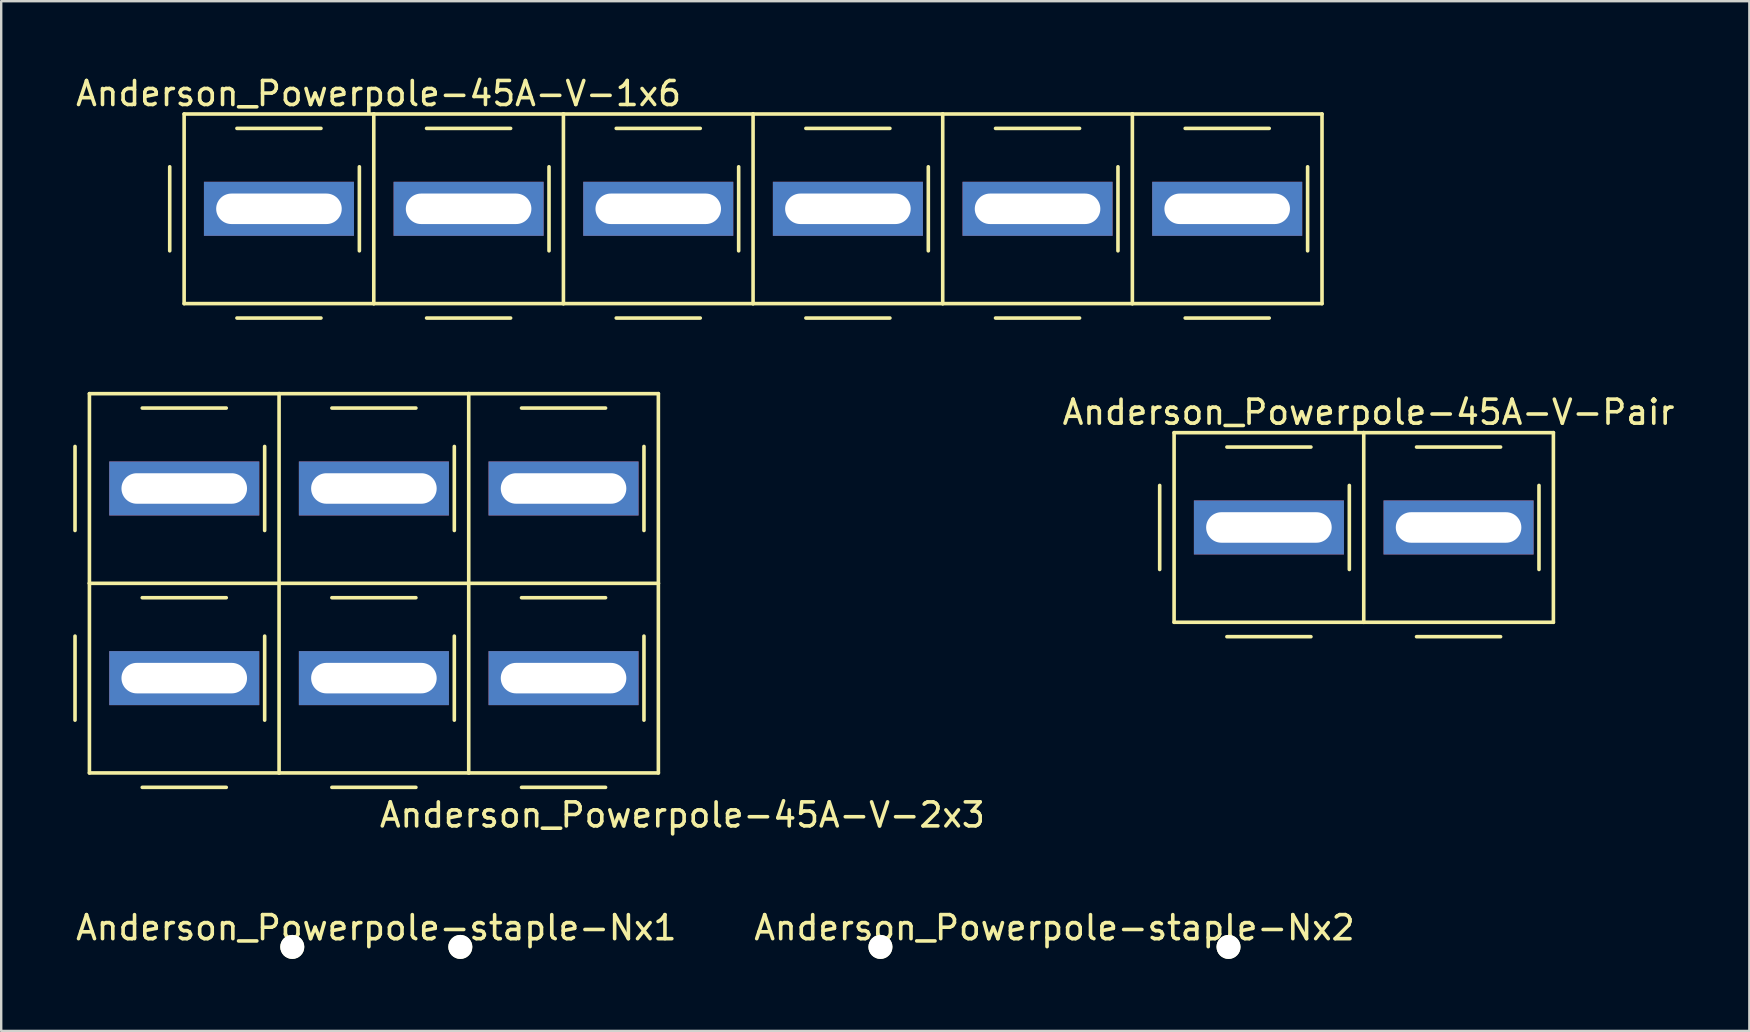
<source format=kicad_pcb>
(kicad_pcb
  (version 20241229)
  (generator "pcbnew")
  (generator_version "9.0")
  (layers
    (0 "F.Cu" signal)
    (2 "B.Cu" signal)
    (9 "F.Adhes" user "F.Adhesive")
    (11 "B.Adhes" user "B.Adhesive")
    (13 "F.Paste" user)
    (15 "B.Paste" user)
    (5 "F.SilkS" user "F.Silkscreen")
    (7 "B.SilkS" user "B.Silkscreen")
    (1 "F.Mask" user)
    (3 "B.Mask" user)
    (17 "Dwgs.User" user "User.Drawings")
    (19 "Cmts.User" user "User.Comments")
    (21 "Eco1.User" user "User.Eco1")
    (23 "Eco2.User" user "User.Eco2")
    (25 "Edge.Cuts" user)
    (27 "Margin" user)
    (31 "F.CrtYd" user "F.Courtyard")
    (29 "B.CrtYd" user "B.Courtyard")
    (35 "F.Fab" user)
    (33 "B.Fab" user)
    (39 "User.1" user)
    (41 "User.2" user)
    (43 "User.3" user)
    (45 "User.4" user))
  (footprint "Anderson_Powerpole-staple-Nx1"
    (layer "F.Cu")
    (at 12.625 36.395)
    (property "Reference" "Anderson_Powerpole-staple-Nx1" (at 0 -0.8 0) (layer "F.SilkS") (effects (font (size 1 1) (thickness 0.15))))
    (attr through_hole)
    (pad "" np_thru_hole circle (at -3.5 0) (size 1 1) (drill 1) (layers "*.Cu" "*.Mask" "F.SilkS"))
    (pad "" np_thru_hole circle (at 3.5 0) (size 1 1) (drill 1) (layers "*.Cu" "*.Mask" "F.SilkS")))
  (footprint "Anderson_Powerpole-45A-V-1x6"
    (layer "F.Cu")
    (at 12.52 5.648)
    (property "Reference" "Anderson_Powerpole-45A-V-1x6" (at 0.2 -4.8 0) (layer "F.SilkS") (effects (font (size 1 1) (thickness 0.15))))
    (attr through_hole)
    (fp_line (start -8.5 -1.75) (end -8.5 1.75) (stroke (width 0.15) (type solid)) (layer "F.SilkS"))
    (fp_line (start -7.9 -3.95) (end -7.9 3.95) (stroke (width 0.15) (type solid)) (layer "F.SilkS"))
    (fp_line (start -7.9 -3.95) (end 0 -3.95) (stroke (width 0.15) (type solid)) (layer "F.SilkS"))
    (fp_line (start -7.9 3.95) (end 0 3.95) (stroke (width 0.15) (type solid)) (layer "F.SilkS"))
    (fp_line (start -5.7 -3.35) (end -2.2 -3.35) (stroke (width 0.15) (type solid)) (layer "F.SilkS"))
    (fp_line (start -5.7 4.55) (end -2.2 4.55) (stroke (width 0.15) (type solid)) (layer "F.SilkS"))
    (fp_line (start -0.6 -1.75) (end -0.6 1.75) (stroke (width 0.15) (type solid)) (layer "F.SilkS"))
    (fp_line (start 0 -3.95) (end 0 3.95) (stroke (width 0.15) (type solid)) (layer "F.SilkS"))
    (fp_line (start 0 -3.95) (end 7.9 -3.95) (stroke (width 0.15) (type solid)) (layer "F.SilkS"))
    (fp_line (start 0 3.95) (end 7.9 3.95) (stroke (width 0.15) (type solid)) (layer "F.SilkS"))
    (fp_line (start 2.2 -3.35) (end 5.7 -3.35) (stroke (width 0.15) (type solid)) (layer "F.SilkS"))
    (fp_line (start 2.2 4.55) (end 5.7 4.55) (stroke (width 0.15) (type solid)) (layer "F.SilkS"))
    (fp_line (start 7.3 -1.75) (end 7.3 1.75) (stroke (width 0.15) (type solid)) (layer "F.SilkS"))
    (fp_line (start 7.9 -3.95) (end 7.9 3.95) (stroke (width 0.15) (type solid)) (layer "F.SilkS"))
    (fp_line (start 7.9 -3.95) (end 15.8 -3.95) (stroke (width 0.15) (type solid)) (layer "F.SilkS"))
    (fp_line (start 7.9 3.95) (end 15.8 3.95) (stroke (width 0.15) (type solid)) (layer "F.SilkS"))
    (fp_line (start 10.1 -3.35) (end 13.6 -3.35) (stroke (width 0.15) (type solid)) (layer "F.SilkS"))
    (fp_line (start 10.1 4.55) (end 13.6 4.55) (stroke (width 0.15) (type solid)) (layer "F.SilkS"))
    (fp_line (start 15.2 -1.75) (end 15.2 1.75) (stroke (width 0.15) (type solid)) (layer "F.SilkS"))
    (fp_line (start 15.8 -3.95) (end 15.8 3.95) (stroke (width 0.15) (type solid)) (layer "F.SilkS"))
    (fp_line (start 15.8 -3.95) (end 23.7 -3.95) (stroke (width 0.15) (type solid)) (layer "F.SilkS"))
    (fp_line (start 15.8 3.95) (end 23.7 3.95) (stroke (width 0.15) (type solid)) (layer "F.SilkS"))
    (fp_line (start 18 -3.35) (end 21.5 -3.35) (stroke (width 0.15) (type solid)) (layer "F.SilkS"))
    (fp_line (start 18 4.55) (end 21.5 4.55) (stroke (width 0.15) (type solid)) (layer "F.SilkS"))
    (fp_line (start 23.1 -1.75) (end 23.1 1.75) (stroke (width 0.15) (type solid)) (layer "F.SilkS"))
    (fp_line (start 23.7 -3.95) (end 23.7 3.95) (stroke (width 0.15) (type solid)) (layer "F.SilkS"))
    (fp_line (start 23.7 -3.95) (end 31.6 -3.95) (stroke (width 0.15) (type solid)) (layer "F.SilkS"))
    (fp_line (start 23.7 3.95) (end 31.6 3.95) (stroke (width 0.15) (type solid)) (layer "F.SilkS"))
    (fp_line (start 25.9 -3.35) (end 29.4 -3.35) (stroke (width 0.15) (type solid)) (layer "F.SilkS"))
    (fp_line (start 25.9 4.55) (end 29.4 4.55) (stroke (width 0.15) (type solid)) (layer "F.SilkS"))
    (fp_line (start 31 -1.75) (end 31 1.75) (stroke (width 0.15) (type solid)) (layer "F.SilkS"))
    (fp_line (start 31.6 -3.95) (end 31.6 3.95) (stroke (width 0.15) (type solid)) (layer "F.SilkS"))
    (fp_line (start 31.6 -3.95) (end 39.5 -3.95) (stroke (width 0.15) (type solid)) (layer "F.SilkS"))
    (fp_line (start 31.6 3.95) (end 39.5 3.95) (stroke (width 0.15) (type solid)) (layer "F.SilkS"))
    (fp_line (start 33.8 -3.35) (end 37.3 -3.35) (stroke (width 0.15) (type solid)) (layer "F.SilkS"))
    (fp_line (start 33.8 4.55) (end 37.3 4.55) (stroke (width 0.15) (type solid)) (layer "F.SilkS"))
    (fp_line (start 38.9 -1.75) (end 38.9 1.75) (stroke (width 0.15) (type solid)) (layer "F.SilkS"))
    (fp_line (start 39.5 -3.95) (end 39.5 3.95) (stroke (width 0.15) (type solid)) (layer "F.SilkS"))
    (pad "1" thru_hole rect (at -3.95 0) (size 6.25 2.25) (drill oval 5.23 1.27) (layers "*.Cu" "*.Mask"))
    (pad "2" thru_hole rect (at 3.95 0) (size 6.25 2.25) (drill oval 5.23 1.27) (layers "*.Cu" "*.Mask"))
    (pad "3" thru_hole rect (at 11.85 0) (size 6.25 2.25) (drill oval 5.23 1.27) (layers "*.Cu" "*.Mask"))
    (pad "4" thru_hole rect (at 19.75 0) (size 6.25 2.25) (drill oval 5.23 1.27) (layers "*.Cu" "*.Mask"))
    (pad "5" thru_hole rect (at 27.65 0) (size 6.25 2.25) (drill oval 5.23 1.27) (layers "*.Cu" "*.Mask"))
    (pad "6" thru_hole rect (at 35.55 0) (size 6.25 2.25) (drill oval 5.23 1.27) (layers "*.Cu" "*.Mask")))
  (footprint "Anderson_Powerpole-45A-V-Pair"
    (layer "F.Cu")
    (at 53.758 18.922)
    (property "Reference" "Anderson_Powerpole-45A-V-Pair" (at 0.2 -4.8 0) (layer "F.SilkS") (effects (font (size 1 1) (thickness 0.15))))
    (attr through_hole)
    (fp_line (start -8.5 -1.75) (end -8.5 1.75) (stroke (width 0.15) (type solid)) (layer "F.SilkS"))
    (fp_line (start -7.9 -3.95) (end -7.9 3.95) (stroke (width 0.15) (type solid)) (layer "F.SilkS"))
    (fp_line (start -7.9 -3.95) (end 0 -3.95) (stroke (width 0.15) (type solid)) (layer "F.SilkS"))
    (fp_line (start -7.9 3.95) (end 0 3.95) (stroke (width 0.15) (type solid)) (layer "F.SilkS"))
    (fp_line (start -5.7 -3.35) (end -2.2 -3.35) (stroke (width 0.15) (type solid)) (layer "F.SilkS"))
    (fp_line (start -5.7 4.55) (end -2.2 4.55) (stroke (width 0.15) (type solid)) (layer "F.SilkS"))
    (fp_line (start -0.6 -1.75) (end -0.6 1.75) (stroke (width 0.15) (type solid)) (layer "F.SilkS"))
    (fp_line (start 0 -3.95) (end 0 3.95) (stroke (width 0.15) (type solid)) (layer "F.SilkS"))
    (fp_line (start 0 -3.95) (end 7.9 -3.95) (stroke (width 0.15) (type solid)) (layer "F.SilkS"))
    (fp_line (start 0 3.95) (end 7.9 3.95) (stroke (width 0.15) (type solid)) (layer "F.SilkS"))
    (fp_line (start 2.2 -3.35) (end 5.7 -3.35) (stroke (width 0.15) (type solid)) (layer "F.SilkS"))
    (fp_line (start 2.2 4.55) (end 5.7 4.55) (stroke (width 0.15) (type solid)) (layer "F.SilkS"))
    (fp_line (start 7.3 -1.75) (end 7.3 1.75) (stroke (width 0.15) (type solid)) (layer "F.SilkS"))
    (fp_line (start 7.9 -3.95) (end 7.9 3.95) (stroke (width 0.15) (type solid)) (layer "F.SilkS"))
    (pad "1" thru_hole rect (at -3.95 0) (size 6.25 2.25) (drill oval 5.23 1.27) (layers "*.Cu" "*.Mask"))
    (pad "2" thru_hole rect (at 3.95 0) (size 6.25 2.25) (drill oval 5.23 1.27) (layers "*.Cu" "*.Mask")))
  (footprint "Anderson_Powerpole-staple-Nx2"
    (layer "F.Cu")
    (at 40.875 36.395)
    (property "Reference" "Anderson_Powerpole-staple-Nx2" (at 0 -0.8 0) (layer "F.SilkS") (effects (font (size 1 1) (thickness 0.15))))
    (attr through_hole)
    (pad "" np_thru_hole circle (at -7.25 0) (size 1 1) (drill 1) (layers "*.Cu" "*.Mask" "F.SilkS"))
    (pad "" np_thru_hole circle (at 7.25 0) (size 1 1) (drill 1) (layers "*.Cu" "*.Mask" "F.SilkS")))
  (footprint "Anderson_Powerpole-45A-V-2x3"
    (layer "F.Cu")
    (at 8.575 25.198)
    (property "Reference" "Anderson_Powerpole-45A-V-2x3" (at 16.8 5.7 0) (layer "F.SilkS") (effects (font (size 1 1) (thickness 0.15))))
    (attr through_hole)
    (fp_line (start -8.5 -9.65) (end -8.5 -6.15) (stroke (width 0.15) (type solid)) (layer "F.SilkS"))
    (fp_line (start -8.5 -1.75) (end -8.5 1.75) (stroke (width 0.15) (type solid)) (layer "F.SilkS"))
    (fp_line (start -7.9 -11.85) (end -7.9 -3.95) (stroke (width 0.15) (type solid)) (layer "F.SilkS"))
    (fp_line (start -7.9 -11.85) (end 0 -11.85) (stroke (width 0.15) (type solid)) (layer "F.SilkS"))
    (fp_line (start -7.9 -3.95) (end -7.9 3.95) (stroke (width 0.15) (type solid)) (layer "F.SilkS"))
    (fp_line (start -7.9 -3.95) (end 0 -3.95) (stroke (width 0.15) (type solid)) (layer "F.SilkS"))
    (fp_line (start -7.9 3.95) (end 0 3.95) (stroke (width 0.15) (type solid)) (layer "F.SilkS"))
    (fp_line (start -5.7 -11.25) (end -2.2 -11.25) (stroke (width 0.15) (type solid)) (layer "F.SilkS"))
    (fp_line (start -5.7 -3.35) (end -2.2 -3.35) (stroke (width 0.15) (type solid)) (layer "F.SilkS"))
    (fp_line (start -5.7 4.55) (end -2.2 4.55) (stroke (width 0.15) (type solid)) (layer "F.SilkS"))
    (fp_line (start -0.6 -9.65) (end -0.6 -6.15) (stroke (width 0.15) (type solid)) (layer "F.SilkS"))
    (fp_line (start -0.6 -1.75) (end -0.6 1.75) (stroke (width 0.15) (type solid)) (layer "F.SilkS"))
    (fp_line (start 0 -11.85) (end 0 -3.95) (stroke (width 0.15) (type solid)) (layer "F.SilkS"))
    (fp_line (start 0 -11.85) (end 7.9 -11.85) (stroke (width 0.15) (type solid)) (layer "F.SilkS"))
    (fp_line (start 0 -3.95) (end 0 3.95) (stroke (width 0.15) (type solid)) (layer "F.SilkS"))
    (fp_line (start 0 -3.95) (end 7.9 -3.95) (stroke (width 0.15) (type solid)) (layer "F.SilkS"))
    (fp_line (start 0 3.95) (end 7.9 3.95) (stroke (width 0.15) (type solid)) (layer "F.SilkS"))
    (fp_line (start 2.2 -11.25) (end 5.7 -11.25) (stroke (width 0.15) (type solid)) (layer "F.SilkS"))
    (fp_line (start 2.2 -3.35) (end 5.7 -3.35) (stroke (width 0.15) (type solid)) (layer "F.SilkS"))
    (fp_line (start 2.2 4.55) (end 5.7 4.55) (stroke (width 0.15) (type solid)) (layer "F.SilkS"))
    (fp_line (start 7.3 -9.65) (end 7.3 -6.15) (stroke (width 0.15) (type solid)) (layer "F.SilkS"))
    (fp_line (start 7.3 -1.75) (end 7.3 1.75) (stroke (width 0.15) (type solid)) (layer "F.SilkS"))
    (fp_line (start 7.9 -11.85) (end 7.9 -3.95) (stroke (width 0.15) (type solid)) (layer "F.SilkS"))
    (fp_line (start 7.9 -11.85) (end 15.8 -11.85) (stroke (width 0.15) (type solid)) (layer "F.SilkS"))
    (fp_line (start 7.9 -3.95) (end 7.9 3.95) (stroke (width 0.15) (type solid)) (layer "F.SilkS"))
    (fp_line (start 7.9 -3.95) (end 15.8 -3.95) (stroke (width 0.15) (type solid)) (layer "F.SilkS"))
    (fp_line (start 7.9 3.95) (end 15.8 3.95) (stroke (width 0.15) (type solid)) (layer "F.SilkS"))
    (fp_line (start 10.1 -11.25) (end 13.6 -11.25) (stroke (width 0.15) (type solid)) (layer "F.SilkS"))
    (fp_line (start 10.1 -3.35) (end 13.6 -3.35) (stroke (width 0.15) (type solid)) (layer "F.SilkS"))
    (fp_line (start 10.1 4.55) (end 13.6 4.55) (stroke (width 0.15) (type solid)) (layer "F.SilkS"))
    (fp_line (start 15.2 -9.65) (end 15.2 -6.15) (stroke (width 0.15) (type solid)) (layer "F.SilkS"))
    (fp_line (start 15.2 -1.75) (end 15.2 1.75) (stroke (width 0.15) (type solid)) (layer "F.SilkS"))
    (fp_line (start 15.8 -11.85) (end 15.8 -3.95) (stroke (width 0.15) (type solid)) (layer "F.SilkS"))
    (fp_line (start 15.8 -3.95) (end 15.8 3.95) (stroke (width 0.15) (type solid)) (layer "F.SilkS"))
    (pad "1" thru_hole rect (at -3.95 0) (size 6.25 2.25) (drill oval 5.23 1.27) (layers "*.Cu" "*.Mask"))
    (pad "2" thru_hole rect (at -3.95 -7.9) (size 6.25 2.25) (drill oval 5.23 1.27) (layers "*.Cu" "*.Mask"))
    (pad "3" thru_hole rect (at 3.95 0) (size 6.25 2.25) (drill oval 5.23 1.27) (layers "*.Cu" "*.Mask"))
    (pad "4" thru_hole rect (at 3.95 -7.9) (size 6.25 2.25) (drill oval 5.23 1.27) (layers "*.Cu" "*.Mask"))
    (pad "5" thru_hole rect (at 11.85 0) (size 6.25 2.25) (drill oval 5.23 1.27) (layers "*.Cu" "*.Mask"))
    (pad "6" thru_hole rect (at 11.85 -7.9) (size 6.25 2.25) (drill oval 5.23 1.27) (layers "*.Cu" "*.Mask")))
  (gr_rect
    (start -3 -3)
    (end 69.821 39.895)
    (stroke (width 0.1) (type default))
    (fill no)
    (layer "Edge.Cuts")))
</source>
